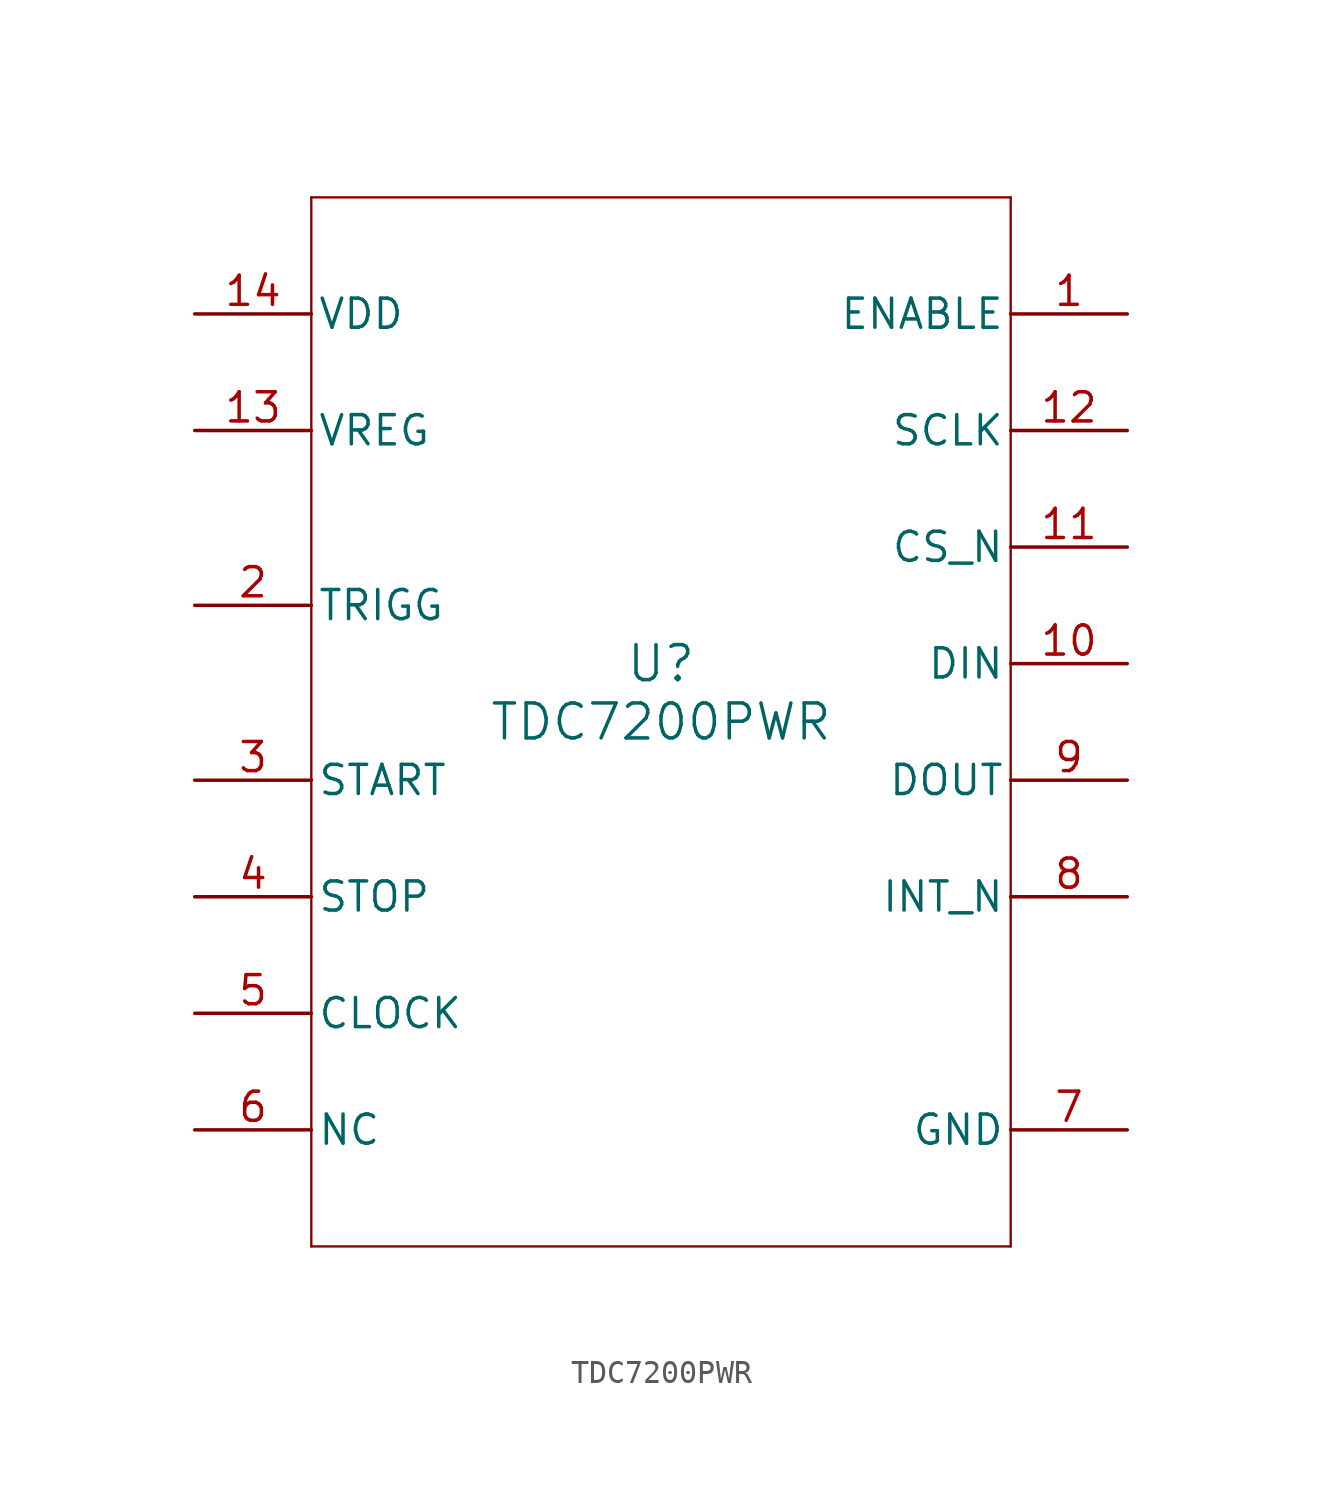
<source format=kicad_sym>
(kicad_symbol_lib
  (version 20211014)
  (generator kicad_symbol_editor)
  (symbol "TDC7200PWR"
    (pin_names
      (offset 0.254))
    (property "Reference" "U"
      (at 0 2.54 0)
      (effects (font (size 1.524 1.524))))
    (property "Value" "TDC7200PWR"
      (at 0 0 0)
      (effects (font (size 1.524 1.524))))
    (symbol "TDC7200PWR_0_1"
      (polyline (pts (xy -15.24 -22.86) (xy 15.24 -22.86)) (stroke (width 0.102) (type default) (color 0 0 0 0)) (fill (type none)))
      (polyline (pts (xy 15.24 -22.86) (xy 15.24 22.86)) (stroke (width 0.102) (type default) (color 0 0 0 0)) (fill (type none)))
      (polyline (pts (xy 15.24 22.86) (xy -15.24 22.86)) (stroke (width 0.102) (type default) (color 0 0 0 0)) (fill (type none)))
      (polyline (pts (xy -15.24 22.86) (xy -15.24 -22.86)) (stroke (width 0.102) (type default) (color 0 0 0 0)) (fill (type none)))
      (pin input line (at 20.32 17.78 180) (length 5.08) (name "ENABLE" (effects (font (size 1.27 1.27)))) (number "1" (effects (font (size 1.27 1.27)))))
      (pin output line (at -20.32 5.08 0) (length 5.08) (name "TRIGG" (effects (font (size 1.27 1.27)))) (number "2" (effects (font (size 1.27 1.27)))))
      (pin input line (at -20.32 -2.54 0) (length 5.08) (name "START" (effects (font (size 1.27 1.27)))) (number "3" (effects (font (size 1.27 1.27)))))
      (pin input line (at -20.32 -7.62 0) (length 5.08) (name "STOP" (effects (font (size 1.27 1.27)))) (number "4" (effects (font (size 1.27 1.27)))))
      (pin input line (at -20.32 -12.7 0) (length 5.08) (name "CLOCK" (effects (font (size 1.27 1.27)))) (number "5" (effects (font (size 1.27 1.27)))))
      (pin unspecified line (at -20.32 -17.78 0) (length 5.08) (name "NC" (effects (font (size 1.27 1.27)))) (number "6" (effects (font (size 1.27 1.27)))))
      (pin power_in line (at 20.32 -17.78 180) (length 5.08) (name "GND" (effects (font (size 1.27 1.27)))) (number "7" (effects (font (size 1.27 1.27)))))
      (pin output line (at 20.32 -7.62 180) (length 5.08) (name "INT_N" (effects (font (size 1.27 1.27)))) (number "8" (effects (font (size 1.27 1.27)))))
      (pin output line (at 20.32 -2.54 180) (length 5.08) (name "DOUT" (effects (font (size 1.27 1.27)))) (number "9" (effects (font (size 1.27 1.27)))))
      (pin input line (at 20.32 2.54 180) (length 5.08) (name "DIN" (effects (font (size 1.27 1.27)))) (number "10" (effects (font (size 1.27 1.27)))))
      (pin input line (at 20.32 7.62 180) (length 5.08) (name "CS_N" (effects (font (size 1.27 1.27)))) (number "11" (effects (font (size 1.27 1.27)))))
      (pin input line (at 20.32 12.7 180) (length 5.08) (name "SCLK" (effects (font (size 1.27 1.27)))) (number "12" (effects (font (size 1.27 1.27)))))
      (pin power_in line (at -20.32 12.7 0) (length 5.08) (name "VREG" (effects (font (size 1.27 1.27)))) (number "13" (effects (font (size 1.27 1.27)))))
      (pin power_in line (at -20.32 17.78 0) (length 5.08) (name "VDD" (effects (font (size 1.27 1.27)))) (number "14" (effects (font (size 1.27 1.27))))))))
</source>
